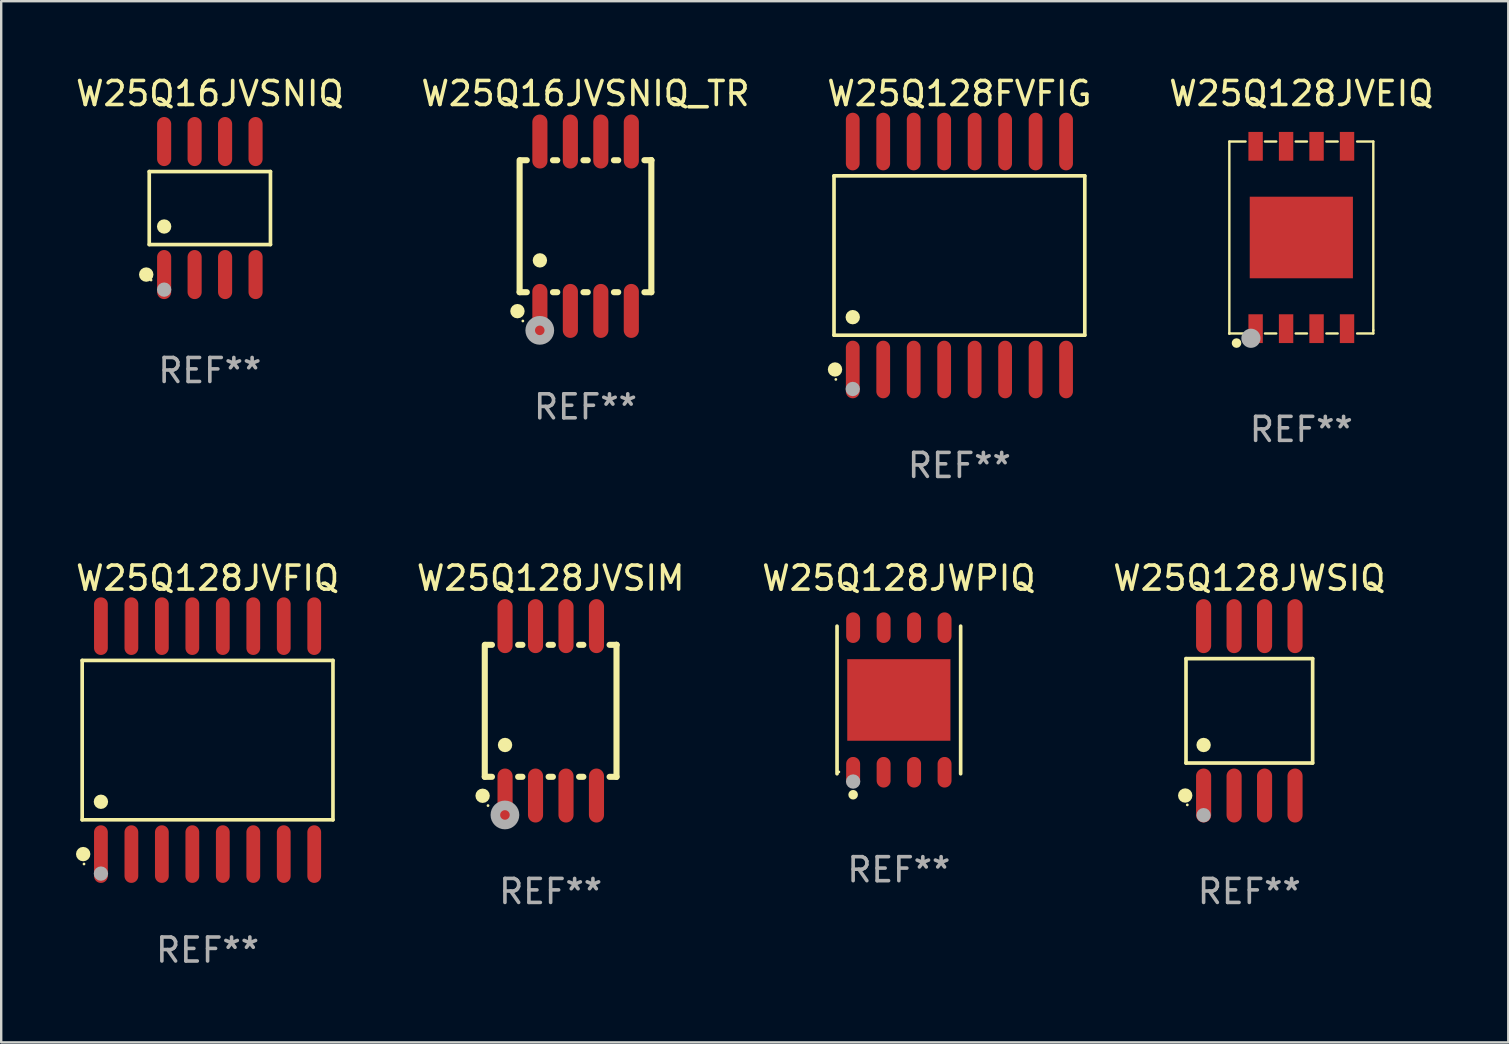
<source format=kicad_pcb>
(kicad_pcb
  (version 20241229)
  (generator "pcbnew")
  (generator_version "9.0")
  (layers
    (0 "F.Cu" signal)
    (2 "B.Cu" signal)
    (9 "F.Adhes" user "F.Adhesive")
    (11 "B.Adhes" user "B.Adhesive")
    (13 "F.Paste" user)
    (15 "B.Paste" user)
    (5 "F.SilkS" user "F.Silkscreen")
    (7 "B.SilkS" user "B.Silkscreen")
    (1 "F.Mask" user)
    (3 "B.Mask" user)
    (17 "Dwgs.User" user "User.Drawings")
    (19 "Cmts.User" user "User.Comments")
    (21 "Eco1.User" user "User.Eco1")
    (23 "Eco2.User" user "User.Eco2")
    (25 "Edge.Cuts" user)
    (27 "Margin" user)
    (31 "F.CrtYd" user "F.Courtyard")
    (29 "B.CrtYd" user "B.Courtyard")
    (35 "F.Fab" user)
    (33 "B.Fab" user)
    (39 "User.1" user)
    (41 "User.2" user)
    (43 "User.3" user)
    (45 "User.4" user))
  (footprint "W25Q128JWSIQ"
    (layer "F.Cu")
    (at 49.018 26.575)
    (property "Reference" "W25Q128JWSIQ" (at 0 -5.53 0) (layer "F.SilkS") (effects (font (size 1 1) (thickness 0.15))))
    (attr through_hole)
    (fp_line (start -2.639 -2.176) (end 2.639 -2.176) (stroke (width 0.152) (type solid)) (layer "F.SilkS"))
    (fp_line (start -2.639 2.176) (end -2.639 -2.176) (stroke (width 0.152) (type solid)) (layer "F.SilkS"))
    (fp_line (start 2.639 -2.176) (end 2.639 2.176) (stroke (width 0.152) (type solid)) (layer "F.SilkS"))
    (fp_line (start 2.639 2.176) (end -2.639 2.176) (stroke (width 0.152) (type solid)) (layer "F.SilkS"))
    (fp_circle (center -2.672 3.53) (end -2.522 3.53) (stroke (width 0.3) (type solid)) (fill no) (layer "F.SilkS"))
    (fp_circle (center -2.585 3.92) (end -2.555 3.92) (stroke (width 0.06) (type solid)) (fill no) (layer "F.SilkS"))
    (fp_circle (center -1.905 1.424) (end -1.755 1.424) (stroke (width 0.3) (type solid)) (fill no) (layer "F.SilkS"))
    (fp_circle (center -1.905 4.35) (end -1.755 4.35) (stroke (width 0.3) (type solid)) (fill no) (layer "F.Fab"))
    (fp_text user "REF**" (at 0 7.53 0) (layer "F.Fab") (effects (font (size 1 1) (thickness 0.15))))
    (pad "1" smd oval (at -1.905 3.53) (size 0.63 2.25) (layers "F.Cu" "F.Mask" "F.Paste"))
    (pad "2" smd oval (at -0.635 3.53) (size 0.63 2.25) (layers "F.Cu" "F.Mask" "F.Paste"))
    (pad "3" smd oval (at 0.635 3.53) (size 0.63 2.25) (layers "F.Cu" "F.Mask" "F.Paste"))
    (pad "4" smd oval (at 1.905 3.53) (size 0.63 2.25) (layers "F.Cu" "F.Mask" "F.Paste"))
    (pad "5" smd oval (at 1.905 -3.53) (size 0.63 2.25) (layers "F.Cu" "F.Mask" "F.Paste"))
    (pad "6" smd oval (at 0.635 -3.53) (size 0.63 2.25) (layers "F.Cu" "F.Mask" "F.Paste"))
    (pad "7" smd oval (at -0.635 -3.53) (size 0.63 2.25) (layers "F.Cu" "F.Mask" "F.Paste"))
    (pad "8" smd oval (at -1.905 -3.53) (size 0.63 2.25) (layers "F.Cu" "F.Mask" "F.Paste")))
  (footprint "W25Q128JVFIQ"
    (layer "F.Cu")
    (at 5.601 27.796)
    (property "Reference" "W25Q128JVFIQ" (at 0 -6.75 0) (layer "F.SilkS") (effects (font (size 1 1) (thickness 0.15))))
    (attr through_hole)
    (fp_line (start -5.226 -3.321) (end 5.226 -3.321) (stroke (width 0.152) (type solid)) (layer "F.SilkS"))
    (fp_line (start -5.226 3.321) (end -5.226 -3.321) (stroke (width 0.152) (type solid)) (layer "F.SilkS"))
    (fp_line (start 5.226 -3.321) (end 5.226 3.321) (stroke (width 0.152) (type solid)) (layer "F.SilkS"))
    (fp_line (start 5.226 3.321) (end -5.226 3.321) (stroke (width 0.152) (type solid)) (layer "F.SilkS"))
    (fp_circle (center -5.184 4.75) (end -5.034 4.75) (stroke (width 0.3) (type solid)) (fill no) (layer "F.SilkS"))
    (fp_circle (center -5.15 5.163) (end -5.12 5.163) (stroke (width 0.06) (type solid)) (fill no) (layer "F.SilkS"))
    (fp_circle (center -4.445 2.569) (end -4.295 2.569) (stroke (width 0.3) (type solid)) (fill no) (layer "F.SilkS"))
    (fp_circle (center -4.445 5.563) (end -4.295 5.563) (stroke (width 0.3) (type solid)) (fill no) (layer "F.Fab"))
    (fp_text user "REF**" (at 0 8.75 0) (layer "F.Fab") (effects (font (size 1 1) (thickness 0.15))))
    (pad "1" smd oval (at -4.445 4.75) (size 0.574 2.401) (layers "F.Cu" "F.Mask" "F.Paste"))
    (pad "2" smd oval (at -3.175 4.75) (size 0.574 2.401) (layers "F.Cu" "F.Mask" "F.Paste"))
    (pad "3" smd oval (at -1.905 4.75) (size 0.574 2.401) (layers "F.Cu" "F.Mask" "F.Paste"))
    (pad "4" smd oval (at -0.635 4.75) (size 0.574 2.401) (layers "F.Cu" "F.Mask" "F.Paste"))
    (pad "5" smd oval (at 0.635 4.75) (size 0.574 2.401) (layers "F.Cu" "F.Mask" "F.Paste"))
    (pad "6" smd oval (at 1.905 4.75) (size 0.574 2.401) (layers "F.Cu" "F.Mask" "F.Paste"))
    (pad "7" smd oval (at 3.175 4.75) (size 0.574 2.401) (layers "F.Cu" "F.Mask" "F.Paste"))
    (pad "8" smd oval (at 4.445 4.75) (size 0.574 2.401) (layers "F.Cu" "F.Mask" "F.Paste"))
    (pad "9" smd oval (at 4.445 -4.75) (size 0.574 2.401) (layers "F.Cu" "F.Mask" "F.Paste"))
    (pad "10" smd oval (at 3.175 -4.75) (size 0.574 2.401) (layers "F.Cu" "F.Mask" "F.Paste"))
    (pad "11" smd oval (at 1.905 -4.75) (size 0.574 2.401) (layers "F.Cu" "F.Mask" "F.Paste"))
    (pad "12" smd oval (at 0.635 -4.75) (size 0.574 2.401) (layers "F.Cu" "F.Mask" "F.Paste"))
    (pad "13" smd oval (at -0.635 -4.75) (size 0.574 2.401) (layers "F.Cu" "F.Mask" "F.Paste"))
    (pad "14" smd oval (at -1.905 -4.75) (size 0.574 2.401) (layers "F.Cu" "F.Mask" "F.Paste"))
    (pad "15" smd oval (at -3.175 -4.75) (size 0.574 2.401) (layers "F.Cu" "F.Mask" "F.Paste"))
    (pad "16" smd oval (at -4.445 -4.75) (size 0.574 2.401) (layers "F.Cu" "F.Mask" "F.Paste")))
  (footprint "W25Q16JVSNIQ_TR"
    (layer "F.Cu")
    (at 21.351 6.378)
    (property "Reference" "W25Q16JVSNIQ_TR" (at 0 -5.53 0) (layer "F.SilkS") (effects (font (size 1 1) (thickness 0.15))))
    (attr through_hole)
    (fp_line (start -2.745 -2.75) (end -2.745 2.75) (stroke (width 0.254) (type solid)) (layer "F.SilkS"))
    (fp_line (start -2.745 2.75) (end -2.446 2.75) (stroke (width 0.254) (type solid)) (layer "F.SilkS"))
    (fp_line (start -2.446 -2.75) (end -2.725 -2.75) (stroke (width 0.254) (type solid)) (layer "F.SilkS"))
    (fp_line (start -1.354 2.75) (end -1.176 2.75) (stroke (width 0.254) (type solid)) (layer "F.SilkS"))
    (fp_line (start -1.176 -2.75) (end -1.354 -2.75) (stroke (width 0.254) (type solid)) (layer "F.SilkS"))
    (fp_line (start -0.084 2.75) (end 0.094 2.75) (stroke (width 0.254) (type solid)) (layer "F.SilkS"))
    (fp_line (start 0.094 -2.75) (end -0.084 -2.75) (stroke (width 0.254) (type solid)) (layer "F.SilkS"))
    (fp_line (start 1.186 2.75) (end 1.364 2.75) (stroke (width 0.254) (type solid)) (layer "F.SilkS"))
    (fp_line (start 1.364 -2.75) (end 1.186 -2.75) (stroke (width 0.254) (type solid)) (layer "F.SilkS"))
    (fp_line (start 2.456 2.751) (end 2.745 2.751) (stroke (width 0.254) (type solid)) (layer "F.SilkS"))
    (fp_line (start 2.745 -2.751) (end 2.456 -2.751) (stroke (width 0.254) (type solid)) (layer "F.SilkS"))
    (fp_line (start 2.745 -2.751) (end 2.745 -2.751) (stroke (width 0.254) (type solid)) (layer "F.SilkS"))
    (fp_line (start 2.745 2.751) (end 2.745 -2.751) (stroke (width 0.254) (type solid)) (layer "F.SilkS"))
    (fp_circle (center -2.835 3.54) (end -2.685 3.54) (stroke (width 0.3) (type solid)) (fill no) (layer "F.SilkS"))
    (fp_circle (center -2.61 3.95) (end -2.58 3.95) (stroke (width 0.06) (type solid)) (fill no) (layer "F.SilkS"))
    (fp_circle (center -1.9 1.424) (end -1.75 1.424) (stroke (width 0.3) (type solid)) (fill no) (layer "F.SilkS"))
    (fp_circle (center -1.905 4.34) (end -1.706 4.34) (stroke (width 0.4) (type solid)) (fill no) (layer "F.Fab"))
    (fp_text user "REF**" (at 0 7.53 0) (layer "F.Fab") (effects (font (size 1 1) (thickness 0.15))))
    (pad "1" smd oval (at -1.9 3.53) (size 0.63 2.25) (layers "F.Cu" "F.Mask" "F.Paste"))
    (pad "2" smd oval (at -0.63 3.53) (size 0.63 2.25) (layers "F.Cu" "F.Mask" "F.Paste"))
    (pad "3" smd oval (at 0.64 3.53) (size 0.63 2.25) (layers "F.Cu" "F.Mask" "F.Paste"))
    (pad "4" smd oval (at 1.91 3.53) (size 0.63 2.25) (layers "F.Cu" "F.Mask" "F.Paste"))
    (pad "5" smd oval (at 1.91 -3.53) (size 0.63 2.25) (layers "F.Cu" "F.Mask" "F.Paste"))
    (pad "6" smd oval (at 0.64 -3.53) (size 0.63 2.25) (layers "F.Cu" "F.Mask" "F.Paste"))
    (pad "7" smd oval (at -0.63 -3.53) (size 0.63 2.25) (layers "F.Cu" "F.Mask" "F.Paste"))
    (pad "8" smd oval (at -1.9 -3.53) (size 0.63 2.25) (layers "F.Cu" "F.Mask" "F.Paste")))
  (footprint "W25Q128JVEIQ"
    (layer "F.Cu")
    (at 51.185 6.848)
    (property "Reference" "W25Q128JVEIQ" (at 0 -6 0) (layer "F.SilkS") (effects (font (size 1 1) (thickness 0.15))))
    (attr through_hole)
    (fp_line (start -3 -4) (end -3 4) (stroke (width 0.1) (type solid)) (layer "F.SilkS"))
    (fp_line (start -3 -4) (end -2.324 -4) (stroke (width 0.1) (type solid)) (layer "F.SilkS"))
    (fp_line (start -3 4) (end -2.324 4) (stroke (width 0.1) (type solid)) (layer "F.SilkS"))
    (fp_line (start -1.516 -4) (end -1.044 -4) (stroke (width 0.1) (type solid)) (layer "F.SilkS"))
    (fp_line (start -1.516 4) (end -1.044 4) (stroke (width 0.1) (type solid)) (layer "F.SilkS"))
    (fp_line (start -0.236 -4) (end 0.236 -4) (stroke (width 0.1) (type solid)) (layer "F.SilkS"))
    (fp_line (start -0.236 4) (end 0.236 4) (stroke (width 0.1) (type solid)) (layer "F.SilkS"))
    (fp_line (start 1.044 -4) (end 1.516 -4) (stroke (width 0.1) (type solid)) (layer "F.SilkS"))
    (fp_line (start 1.044 4) (end 1.516 4) (stroke (width 0.1) (type solid)) (layer "F.SilkS"))
    (fp_line (start 2.324 -4) (end 3 -4) (stroke (width 0.1) (type solid)) (layer "F.SilkS"))
    (fp_line (start 2.324 4) (end 3 4) (stroke (width 0.1) (type solid)) (layer "F.SilkS"))
    (fp_line (start 3 -4) (end 3 3.863) (stroke (width 0.1) (type solid)) (layer "F.SilkS"))
    (fp_line (start 3 3.863) (end 3 4) (stroke (width 0.1) (type solid)) (layer "F.SilkS"))
    (fp_circle (center -3 4) (end -2.97 4) (stroke (width 0.06) (type solid)) (fill no) (layer "F.SilkS"))
    (fp_circle (center -2.7 4.4) (end -2.6 4.4) (stroke (width 0.2) (type solid)) (fill no) (layer "F.SilkS"))
    (fp_circle (center -2.1 4.2) (end -1.9 4.2) (stroke (width 0.4) (type solid)) (fill no) (layer "F.Fab"))
    (fp_text user "REF**" (at 0 8 0) (layer "F.Fab") (effects (font (size 1 1) (thickness 0.15))))
    (pad "1" smd rect (at -1.905 3.8) (size 0.6 1.2) (layers "F.Cu" "F.Mask" "F.Paste"))
    (pad "2" smd rect (at -0.635 3.8) (size 0.6 1.2) (layers "F.Cu" "F.Mask" "F.Paste"))
    (pad "3" smd rect (at 0.635 3.8) (size 0.6 1.2) (layers "F.Cu" "F.Mask" "F.Paste"))
    (pad "4" smd rect (at 1.905 3.8) (size 0.6 1.2) (layers "F.Cu" "F.Mask" "F.Paste"))
    (pad "5" smd rect (at 1.905 -3.8) (size 0.6 1.2) (layers "F.Cu" "F.Mask" "F.Paste"))
    (pad "6" smd rect (at 0.635 -3.8) (size 0.6 1.2) (layers "F.Cu" "F.Mask" "F.Paste"))
    (pad "7" smd rect (at -0.635 -3.8) (size 0.6 1.2) (layers "F.Cu" "F.Mask" "F.Paste"))
    (pad "8" smd rect (at -1.905 -3.8) (size 0.6 1.2) (layers "F.Cu" "F.Mask" "F.Paste"))
    (pad "9" smd rect (at 0.000127 0.000025 90) (size 3.4 4.3) (layers "F.Cu" "F.Mask" "F.Paste")))
  (footprint "W25Q128JWPIQ"
    (layer "F.Cu")
    (at 34.411 26.122)
    (property "Reference" "W25Q128JWPIQ" (at 0 -5.076 0) (layer "F.SilkS") (effects (font (size 1 1) (thickness 0.15))))
    (attr through_hole)
    (fp_line (start -2.576 3.076) (end -2.576 -3.076) (stroke (width 0.152) (type solid)) (layer "F.SilkS"))
    (fp_line (start 2.576 -3.076) (end 2.576 3.076) (stroke (width 0.152) (type solid)) (layer "F.SilkS"))
    (fp_circle (center -2.5 3) (end -2.47 3) (stroke (width 0.06) (type solid)) (fill no) (layer "F.SilkS"))
    (fp_circle (center -1.905 3.95) (end -1.805 3.95) (stroke (width 0.2) (type solid)) (fill no) (layer "F.SilkS"))
    (fp_circle (center -1.905 3.4) (end -1.755 3.4) (stroke (width 0.3) (type solid)) (fill no) (layer "F.Fab"))
    (fp_text user "REF**" (at 0 7.076 0) (layer "F.Fab") (effects (font (size 1 1) (thickness 0.15))))
    (pad "1" smd oval (at -1.905 3.013) (size 0.581 1.276) (layers "F.Cu" "F.Mask" "F.Paste"))
    (pad "2" smd oval (at -0.635 3.013) (size 0.581 1.276) (layers "F.Cu" "F.Mask" "F.Paste"))
    (pad "3" smd oval (at 0.635 3.013) (size 0.581 1.276) (layers "F.Cu" "F.Mask" "F.Paste"))
    (pad "4" smd oval (at 1.905 3.013) (size 0.581 1.276) (layers "F.Cu" "F.Mask" "F.Paste"))
    (pad "5" smd oval (at 1.905 -3.013) (size 0.581 1.276) (layers "F.Cu" "F.Mask" "F.Paste"))
    (pad "6" smd oval (at 0.635 -3.013) (size 0.581 1.276) (layers "F.Cu" "F.Mask" "F.Paste"))
    (pad "7" smd oval (at -0.635 -3.013) (size 0.581 1.276) (layers "F.Cu" "F.Mask" "F.Paste"))
    (pad "8" smd oval (at -1.905 -3.013) (size 0.581 1.276) (layers "F.Cu" "F.Mask" "F.Paste"))
    (pad "9" smd rect (at 0 0) (size 4.3 3.4) (layers "F.Cu" "F.Mask" "F.Paste")))
  (footprint "W25Q128FVFIG"
    (layer "F.Cu")
    (at 36.935 7.599)
    (property "Reference" "W25Q128FVFIG" (at 0 -6.75 0) (layer "F.SilkS") (effects (font (size 1 1) (thickness 0.15))))
    (attr through_hole)
    (fp_line (start -5.226 -3.321) (end 5.226 -3.321) (stroke (width 0.152) (type solid)) (layer "F.SilkS"))
    (fp_line (start -5.226 3.321) (end -5.226 -3.321) (stroke (width 0.152) (type solid)) (layer "F.SilkS"))
    (fp_line (start 5.226 -3.321) (end 5.226 3.321) (stroke (width 0.152) (type solid)) (layer "F.SilkS"))
    (fp_line (start 5.226 3.321) (end -5.226 3.321) (stroke (width 0.152) (type solid)) (layer "F.SilkS"))
    (fp_circle (center -5.184 4.75) (end -5.034 4.75) (stroke (width 0.3) (type solid)) (fill no) (layer "F.SilkS"))
    (fp_circle (center -5.15 5.163) (end -5.12 5.163) (stroke (width 0.06) (type solid)) (fill no) (layer "F.SilkS"))
    (fp_circle (center -4.445 2.569) (end -4.295 2.569) (stroke (width 0.3) (type solid)) (fill no) (layer "F.SilkS"))
    (fp_circle (center -4.445 5.563) (end -4.295 5.563) (stroke (width 0.3) (type solid)) (fill no) (layer "F.Fab"))
    (fp_text user "REF**" (at 0 8.75 0) (layer "F.Fab") (effects (font (size 1 1) (thickness 0.15))))
    (pad "1" smd oval (at -4.445 4.75) (size 0.574 2.401) (layers "F.Cu" "F.Mask" "F.Paste"))
    (pad "2" smd oval (at -3.175 4.75) (size 0.574 2.401) (layers "F.Cu" "F.Mask" "F.Paste"))
    (pad "3" smd oval (at -1.905 4.75) (size 0.574 2.401) (layers "F.Cu" "F.Mask" "F.Paste"))
    (pad "4" smd oval (at -0.635 4.75) (size 0.574 2.401) (layers "F.Cu" "F.Mask" "F.Paste"))
    (pad "5" smd oval (at 0.635 4.75) (size 0.574 2.401) (layers "F.Cu" "F.Mask" "F.Paste"))
    (pad "6" smd oval (at 1.905 4.75) (size 0.574 2.401) (layers "F.Cu" "F.Mask" "F.Paste"))
    (pad "7" smd oval (at 3.175 4.75) (size 0.574 2.401) (layers "F.Cu" "F.Mask" "F.Paste"))
    (pad "8" smd oval (at 4.445 4.75) (size 0.574 2.401) (layers "F.Cu" "F.Mask" "F.Paste"))
    (pad "9" smd oval (at 4.445 -4.75) (size 0.574 2.401) (layers "F.Cu" "F.Mask" "F.Paste"))
    (pad "10" smd oval (at 3.175 -4.75) (size 0.574 2.401) (layers "F.Cu" "F.Mask" "F.Paste"))
    (pad "11" smd oval (at 1.905 -4.75) (size 0.574 2.401) (layers "F.Cu" "F.Mask" "F.Paste"))
    (pad "12" smd oval (at 0.635 -4.75) (size 0.574 2.401) (layers "F.Cu" "F.Mask" "F.Paste"))
    (pad "13" smd oval (at -0.635 -4.75) (size 0.574 2.401) (layers "F.Cu" "F.Mask" "F.Paste"))
    (pad "14" smd oval (at -1.905 -4.75) (size 0.574 2.401) (layers "F.Cu" "F.Mask" "F.Paste"))
    (pad "15" smd oval (at -3.175 -4.75) (size 0.574 2.401) (layers "F.Cu" "F.Mask" "F.Paste"))
    (pad "16" smd oval (at -4.445 -4.75) (size 0.574 2.401) (layers "F.Cu" "F.Mask" "F.Paste")))
  (footprint "W25Q16JVSNIQ"
    (layer "F.Cu")
    (at 5.696 5.621)
    (property "Reference" "W25Q16JVSNIQ" (at 0 -4.772 0) (layer "F.SilkS") (effects (font (size 1 1) (thickness 0.15))))
    (attr through_hole)
    (fp_line (start -2.526 -1.521) (end 2.526 -1.521) (stroke (width 0.152) (type solid)) (layer "F.SilkS"))
    (fp_line (start -2.526 1.521) (end -2.526 -1.521) (stroke (width 0.152) (type solid)) (layer "F.SilkS"))
    (fp_line (start 2.526 -1.521) (end 2.526 1.521) (stroke (width 0.152) (type solid)) (layer "F.SilkS"))
    (fp_line (start 2.526 1.521) (end -2.526 1.521) (stroke (width 0.152) (type solid)) (layer "F.SilkS"))
    (fp_circle (center -2.652 2.772) (end -2.501 2.772) (stroke (width 0.3) (type solid)) (fill no) (layer "F.SilkS"))
    (fp_circle (center -2.45 3) (end -2.42 3) (stroke (width 0.06) (type solid)) (fill no) (layer "F.SilkS"))
    (fp_circle (center -1.905 0.769) (end -1.755 0.769) (stroke (width 0.3) (type solid)) (fill no) (layer "F.SilkS"))
    (fp_circle (center -1.905 3.4) (end -1.755 3.4) (stroke (width 0.3) (type solid)) (fill no) (layer "F.Fab"))
    (fp_text user "REF**" (at 0 6.772 0) (layer "F.Fab") (effects (font (size 1 1) (thickness 0.15))))
    (pad "1" smd oval (at -1.905 2.772) (size 0.588 2.045) (layers "F.Cu" "F.Mask" "F.Paste"))
    (pad "2" smd oval (at -0.635 2.772) (size 0.588 2.045) (layers "F.Cu" "F.Mask" "F.Paste"))
    (pad "3" smd oval (at 0.635 2.772) (size 0.588 2.045) (layers "F.Cu" "F.Mask" "F.Paste"))
    (pad "4" smd oval (at 1.905 2.772) (size 0.588 2.045) (layers "F.Cu" "F.Mask" "F.Paste"))
    (pad "5" smd oval (at 1.905 -2.772) (size 0.588 2.045) (layers "F.Cu" "F.Mask" "F.Paste"))
    (pad "6" smd oval (at 0.635 -2.772) (size 0.588 2.045) (layers "F.Cu" "F.Mask" "F.Paste"))
    (pad "7" smd oval (at -0.635 -2.772) (size 0.588 2.045) (layers "F.Cu" "F.Mask" "F.Paste"))
    (pad "8" smd oval (at -1.905 -2.772) (size 0.588 2.045) (layers "F.Cu" "F.Mask" "F.Paste")))
  (footprint "W25Q128JVSIM"
    (layer "F.Cu")
    (at 19.899 26.575)
    (property "Reference" "W25Q128JVSIM" (at 0 -5.53 0) (layer "F.SilkS") (effects (font (size 1 1) (thickness 0.15))))
    (attr through_hole)
    (fp_line (start -2.745 -2.75) (end -2.745 2.75) (stroke (width 0.254) (type solid)) (layer "F.SilkS"))
    (fp_line (start -2.745 2.75) (end -2.446 2.75) (stroke (width 0.254) (type solid)) (layer "F.SilkS"))
    (fp_line (start -2.446 -2.75) (end -2.725 -2.75) (stroke (width 0.254) (type solid)) (layer "F.SilkS"))
    (fp_line (start -1.354 2.75) (end -1.176 2.75) (stroke (width 0.254) (type solid)) (layer "F.SilkS"))
    (fp_line (start -1.176 -2.75) (end -1.354 -2.75) (stroke (width 0.254) (type solid)) (layer "F.SilkS"))
    (fp_line (start -0.084 2.75) (end 0.094 2.75) (stroke (width 0.254) (type solid)) (layer "F.SilkS"))
    (fp_line (start 0.094 -2.75) (end -0.084 -2.75) (stroke (width 0.254) (type solid)) (layer "F.SilkS"))
    (fp_line (start 1.186 2.75) (end 1.364 2.75) (stroke (width 0.254) (type solid)) (layer "F.SilkS"))
    (fp_line (start 1.364 -2.75) (end 1.186 -2.75) (stroke (width 0.254) (type solid)) (layer "F.SilkS"))
    (fp_line (start 2.456 2.751) (end 2.745 2.751) (stroke (width 0.254) (type solid)) (layer "F.SilkS"))
    (fp_line (start 2.745 -2.751) (end 2.456 -2.751) (stroke (width 0.254) (type solid)) (layer "F.SilkS"))
    (fp_line (start 2.745 -2.751) (end 2.745 -2.751) (stroke (width 0.254) (type solid)) (layer "F.SilkS"))
    (fp_line (start 2.745 2.751) (end 2.745 -2.751) (stroke (width 0.254) (type solid)) (layer "F.SilkS"))
    (fp_circle (center -2.835 3.54) (end -2.685 3.54) (stroke (width 0.3) (type solid)) (fill no) (layer "F.SilkS"))
    (fp_circle (center -2.61 3.95) (end -2.58 3.95) (stroke (width 0.06) (type solid)) (fill no) (layer "F.SilkS"))
    (fp_circle (center -1.9 1.424) (end -1.75 1.424) (stroke (width 0.3) (type solid)) (fill no) (layer "F.SilkS"))
    (fp_circle (center -1.905 4.34) (end -1.706 4.34) (stroke (width 0.4) (type solid)) (fill no) (layer "F.Fab"))
    (fp_text user "REF**" (at 0 7.53 0) (layer "F.Fab") (effects (font (size 1 1) (thickness 0.15))))
    (pad "1" smd oval (at -1.9 3.53) (size 0.63 2.25) (layers "F.Cu" "F.Mask" "F.Paste"))
    (pad "2" smd oval (at -0.63 3.53) (size 0.63 2.25) (layers "F.Cu" "F.Mask" "F.Paste"))
    (pad "3" smd oval (at 0.64 3.53) (size 0.63 2.25) (layers "F.Cu" "F.Mask" "F.Paste"))
    (pad "4" smd oval (at 1.91 3.53) (size 0.63 2.25) (layers "F.Cu" "F.Mask" "F.Paste"))
    (pad "5" smd oval (at 1.91 -3.53) (size 0.63 2.25) (layers "F.Cu" "F.Mask" "F.Paste"))
    (pad "6" smd oval (at 0.64 -3.53) (size 0.63 2.25) (layers "F.Cu" "F.Mask" "F.Paste"))
    (pad "7" smd oval (at -0.63 -3.53) (size 0.63 2.25) (layers "F.Cu" "F.Mask" "F.Paste"))
    (pad "8" smd oval (at -1.9 -3.53) (size 0.63 2.25) (layers "F.Cu" "F.Mask" "F.Paste")))
  (gr_rect
    (start -3 -3)
    (end 59.81 40.394)
    (stroke (width 0.1) (type default))
    (fill no)
    (layer "Edge.Cuts")))
</source>
